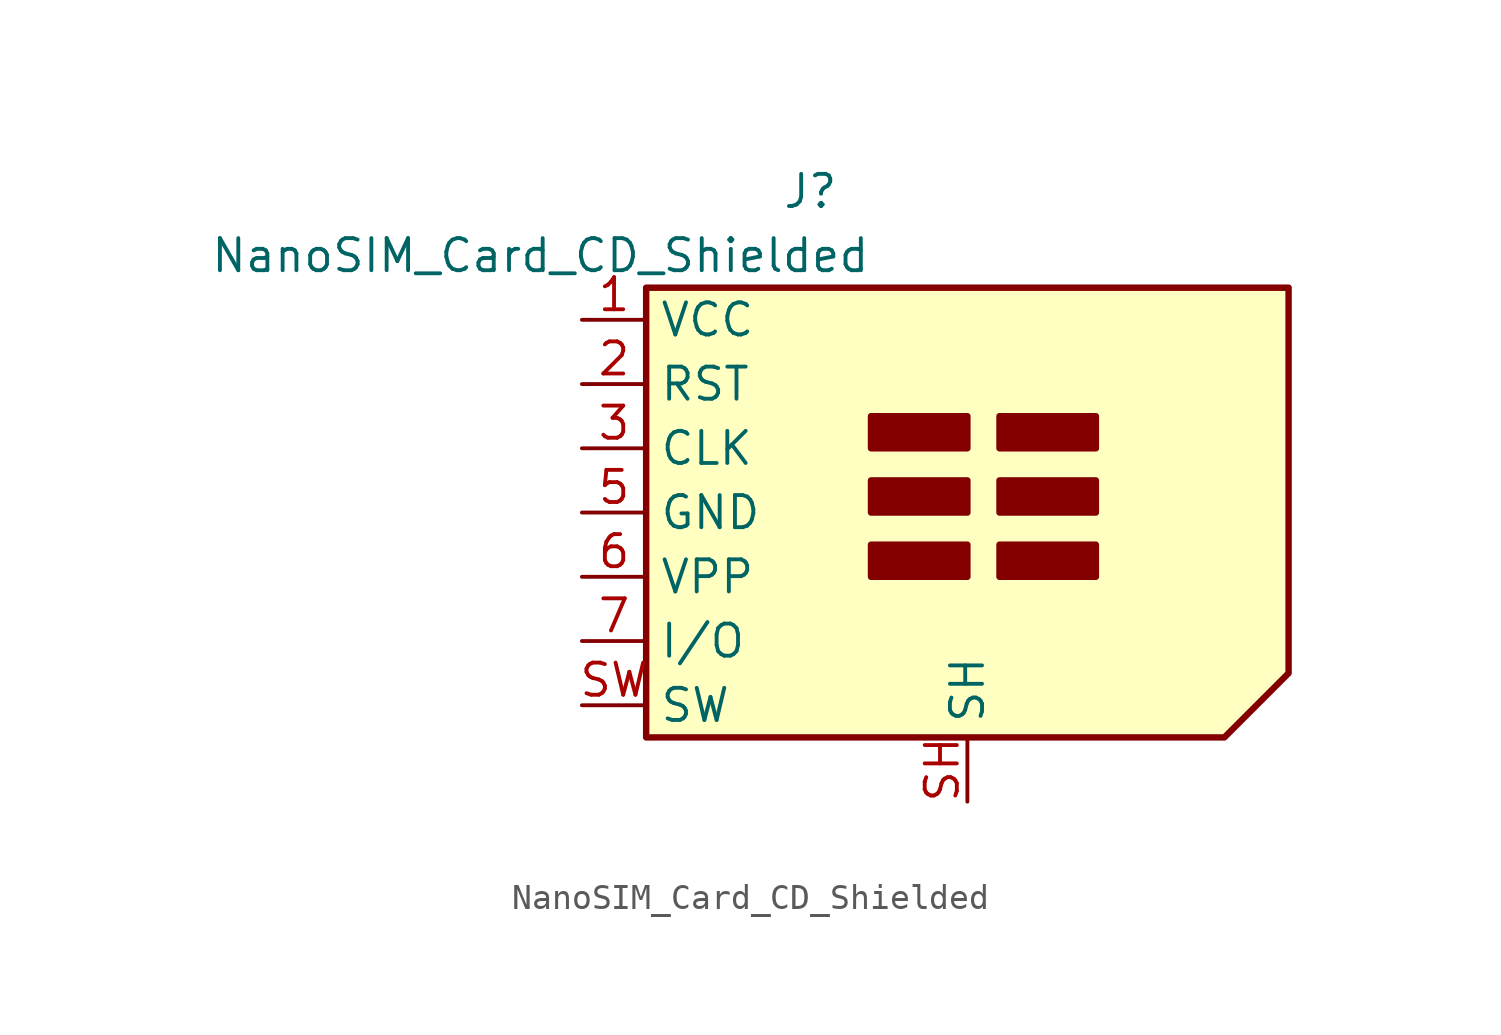
<source format=kicad_sym>
(kicad_symbol_lib
  (version 20220914)
  (generator kicad_symbol_editor)
  (symbol "NanoSIM_Card_CD_Shielded"
    (property "Reference" "J"
      (at -2.54 12.7 0)
      (effects (font (size 1.27 1.27)) (justify right)))
    (property "Value" "NanoSIM_Card_CD_Shielded"
      (at -1.27 10.16 0)
      (effects (font (size 1.27 1.27)) (justify right)))
    (symbol "NanoSIM_Card_CD_Shielded_0_1"
      (rectangle (start -1.27 -2.54) (end 2.54 -1.27) (stroke (width 0.254) (type default)) (fill (type outline)))
      (rectangle (start -1.27 0) (end 2.54 1.27) (stroke (width 0.254) (type default)) (fill (type outline)))
      (rectangle (start -1.27 2.54) (end 2.54 3.81) (stroke (width 0.254) (type default)) (fill (type outline)))
      (polyline (pts (xy -10.16 8.89) (xy -10.16 -8.89) (xy 12.7 -8.89) (xy 15.24 -6.35) (xy 15.24 8.89) (xy -10.16 8.89)) (stroke (width 0.254) (type default)) (fill (type background)))
      (rectangle (start 3.81 -1.27) (end 7.62 -2.54) (stroke (width 0.254) (type default)) (fill (type outline)))
      (rectangle (start 3.81 0) (end 7.62 1.27) (stroke (width 0.254) (type default)) (fill (type outline)))
      (rectangle (start 3.81 2.54) (end 7.62 3.81) (stroke (width 0.254) (type default)) (fill (type outline))))
    (symbol "NanoSIM_Card_CD_Shielded_1_1"
      (pin power_in line (at -12.7 7.62 0) (length 2.54) (name "VCC" (effects (font (size 1.27 1.27)))) (number "1" (effects (font (size 1.27 1.27)))))
      (pin input line (at -12.7 5.08 0) (length 2.54) (name "RST" (effects (font (size 1.27 1.27)))) (number "2" (effects (font (size 1.27 1.27)))))
      (pin input line (at -12.7 2.54 0) (length 2.54) (name "CLK" (effects (font (size 1.27 1.27)))) (number "3" (effects (font (size 1.27 1.27)))))
      (pin power_in line (at -12.7 0 0) (length 2.54) (name "GND" (effects (font (size 1.27 1.27)))) (number "5" (effects (font (size 1.27 1.27)))))
      (pin input line (at -12.7 -2.54 0) (length 2.54) (name "VPP" (effects (font (size 1.27 1.27)))) (number "6" (effects (font (size 1.27 1.27)))))
      (pin bidirectional line (at -12.7 -5.08 0) (length 2.54) (name "I/O" (effects (font (size 1.27 1.27)))) (number "7" (effects (font (size 1.27 1.27)))))
      (pin passive line (at 2.54 -11.43 90) (length 2.54) (name "SH" (effects (font (size 1.27 1.27)))) (number "SH" (effects (font (size 1.27 1.27)))))
      (pin bidirectional line (at -12.7 -7.62 0) (length 2.54) (name "SW" (effects (font (size 1.27 1.27)))) (number "SW" (effects (font (size 1.27 1.27))))))))
</source>
